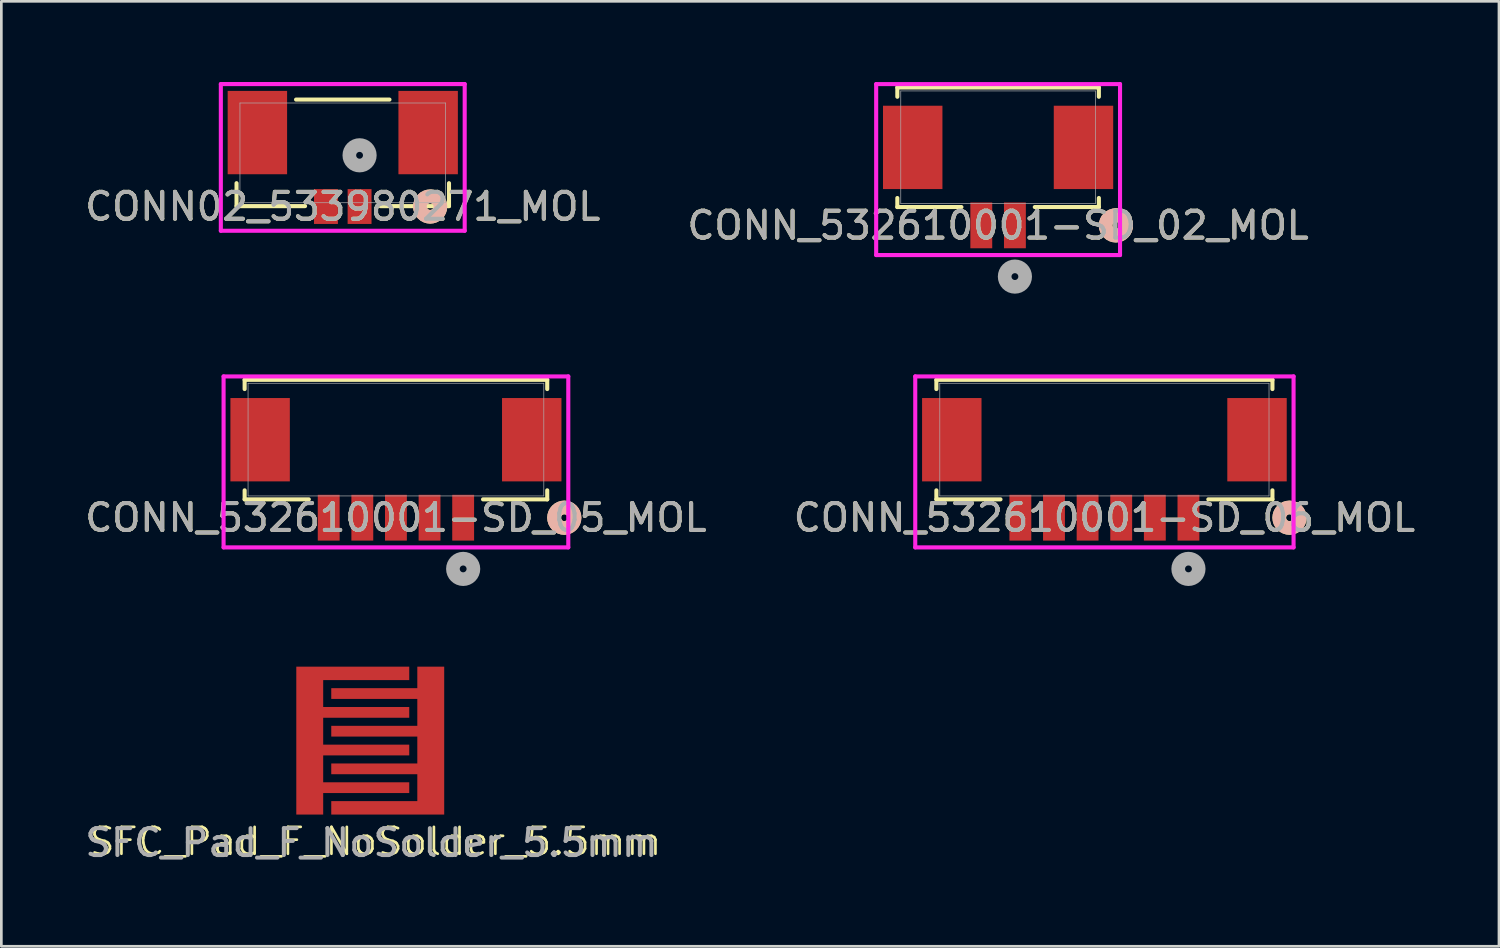
<source format=kicad_pcb>
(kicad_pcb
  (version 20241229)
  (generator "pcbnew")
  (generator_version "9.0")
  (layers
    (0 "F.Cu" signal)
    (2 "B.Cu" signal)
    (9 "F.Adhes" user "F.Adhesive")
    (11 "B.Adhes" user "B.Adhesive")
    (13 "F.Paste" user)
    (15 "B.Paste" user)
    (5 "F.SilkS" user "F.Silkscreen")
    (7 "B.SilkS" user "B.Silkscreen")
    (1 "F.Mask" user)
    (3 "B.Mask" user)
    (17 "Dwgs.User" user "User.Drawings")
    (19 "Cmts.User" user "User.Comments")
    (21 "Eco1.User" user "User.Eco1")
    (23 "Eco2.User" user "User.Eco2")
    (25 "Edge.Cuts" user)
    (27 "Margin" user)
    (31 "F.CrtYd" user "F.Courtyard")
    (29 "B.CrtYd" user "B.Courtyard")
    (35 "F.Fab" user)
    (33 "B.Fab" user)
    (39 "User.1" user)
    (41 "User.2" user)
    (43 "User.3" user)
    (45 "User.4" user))
  (footprint "CONN_532610001-SD_02_MOL"
    (layer "F.Cu")
    (at 34.065 2.426)
    (property "Reference" "CONN_532610001-SD_02_MOL" (at 0 2.905 0) (unlocked yes) (layer "F.SilkS") (effects (font (size 1 1) (thickness 0.15))))
    (attr smd)
    (fp_line (start -3.747 -2.223) (end -3.747 -1.878) (stroke (width 0.152) (type solid)) (layer "F.SilkS"))
    (fp_line (start -3.747 1.887) (end -3.747 2.223) (stroke (width 0.152) (type solid)) (layer "F.SilkS"))
    (fp_line (start -3.747 2.223) (end -1.364 2.223) (stroke (width 0.152) (type solid)) (layer "F.SilkS"))
    (fp_line (start 1.364 2.223) (end 3.747 2.223) (stroke (width 0.152) (type solid)) (layer "F.SilkS"))
    (fp_line (start 3.747 -2.223) (end -3.747 -2.223) (stroke (width 0.152) (type solid)) (layer "F.SilkS"))
    (fp_line (start 3.747 -1.878) (end 3.747 -2.223) (stroke (width 0.152) (type solid)) (layer "F.SilkS"))
    (fp_line (start 3.747 2.223) (end 3.747 1.887) (stroke (width 0.152) (type solid)) (layer "F.SilkS"))
    (fp_circle (center 4.381 2.905) (end 4.763 2.905) (stroke (width 0.508) (type solid)) (fill no) (layer "F.SilkS"))
    (fp_circle (center 4.381 2.905) (end 4.763 2.905) (stroke (width 0.508) (type solid)) (fill no) (layer "B.SilkS"))
    (fp_line (start -4.534 -2.349) (end -4.534 4.009) (stroke (width 0.152) (type solid)) (layer "F.CrtYd"))
    (fp_line (start -4.534 4.009) (end 4.534 4.009) (stroke (width 0.152) (type solid)) (layer "F.CrtYd"))
    (fp_line (start 4.534 -2.349) (end -4.534 -2.349) (stroke (width 0.152) (type solid)) (layer "F.CrtYd"))
    (fp_line (start 4.534 4.009) (end 4.534 -2.349) (stroke (width 0.152) (type solid)) (layer "F.CrtYd"))
    (fp_line (start -3.619 -2.095) (end -3.619 2.095) (stroke (width 0.025) (type solid)) (layer "F.Fab"))
    (fp_line (start -3.619 2.095) (end 3.619 2.095) (stroke (width 0.025) (type solid)) (layer "F.Fab"))
    (fp_line (start 3.619 -2.095) (end -3.619 -2.095) (stroke (width 0.025) (type solid)) (layer "F.Fab"))
    (fp_line (start 3.619 2.095) (end 3.619 -2.095) (stroke (width 0.025) (type solid)) (layer "F.Fab"))
    (fp_circle (center 0.625 4.809) (end 1.006 4.809) (stroke (width 0.508) (type solid)) (fill no) (layer "F.Fab"))
    (fp_text user "${REFERENCE}" (at 0 2.905 0) (unlocked yes) (layer "F.Fab") (effects (font (size 1 1) (thickness 0.15))))
    (pad "1" smd rect (at 0.625 2.905) (size 0.813 1.702) (layers "F.Cu" "F.Mask" "F.Paste"))
    (pad "2" smd rect (at -0.625 2.905) (size 0.813 1.702) (layers "F.Cu" "F.Mask" "F.Paste"))
    (pad "3" smd rect (at -3.175 0.005) (size 2.21 3.099) (layers "F.Cu" "F.Mask" "F.Paste"))
    (pad "4" smd rect (at 3.175 0.005) (size 2.21 3.099) (layers "F.Cu" "F.Mask" "F.Paste")))
  (footprint "CONN_532610001-SD_06_MOL"
    (layer "F.Cu")
    (at 38.018 13.296)
    (property "Reference" "CONN_532610001-SD_06_MOL" (at 0 2.905 0) (unlocked yes) (layer "F.SilkS") (effects (font (size 1 1) (thickness 0.15))))
    (attr smd)
    (fp_line (start -6.248 -2.223) (end -6.248 -1.878) (stroke (width 0.152) (type solid)) (layer "F.SilkS"))
    (fp_line (start -6.248 1.887) (end -6.248 2.223) (stroke (width 0.152) (type solid)) (layer "F.SilkS"))
    (fp_line (start -6.248 2.223) (end -3.864 2.223) (stroke (width 0.152) (type solid)) (layer "F.SilkS"))
    (fp_line (start 3.864 2.223) (end 6.248 2.223) (stroke (width 0.152) (type solid)) (layer "F.SilkS"))
    (fp_line (start 6.248 -2.223) (end -6.248 -2.223) (stroke (width 0.152) (type solid)) (layer "F.SilkS"))
    (fp_line (start 6.248 -1.878) (end 6.248 -2.223) (stroke (width 0.152) (type solid)) (layer "F.SilkS"))
    (fp_line (start 6.248 2.223) (end 6.248 1.887) (stroke (width 0.152) (type solid)) (layer "F.SilkS"))
    (fp_circle (center 6.883 2.905) (end 7.264 2.905) (stroke (width 0.508) (type solid)) (fill no) (layer "F.SilkS"))
    (fp_circle (center 6.883 2.905) (end 7.264 2.905) (stroke (width 0.508) (type solid)) (fill no) (layer "B.SilkS"))
    (fp_line (start -7.034 -2.349) (end -7.034 4.009) (stroke (width 0.152) (type solid)) (layer "F.CrtYd"))
    (fp_line (start -7.034 4.009) (end 7.034 4.009) (stroke (width 0.152) (type solid)) (layer "F.CrtYd"))
    (fp_line (start 7.034 -2.349) (end -7.034 -2.349) (stroke (width 0.152) (type solid)) (layer "F.CrtYd"))
    (fp_line (start 7.034 4.009) (end 7.034 -2.349) (stroke (width 0.152) (type solid)) (layer "F.CrtYd"))
    (fp_line (start -6.121 -2.095) (end -6.121 2.095) (stroke (width 0.025) (type solid)) (layer "F.Fab"))
    (fp_line (start -6.121 2.095) (end 6.121 2.095) (stroke (width 0.025) (type solid)) (layer "F.Fab"))
    (fp_line (start 6.121 -2.095) (end -6.121 -2.095) (stroke (width 0.025) (type solid)) (layer "F.Fab"))
    (fp_line (start 6.121 2.095) (end 6.121 -2.095) (stroke (width 0.025) (type solid)) (layer "F.Fab"))
    (fp_circle (center 3.125 4.809) (end 3.506 4.809) (stroke (width 0.508) (type solid)) (fill no) (layer "F.Fab"))
    (fp_text user "${REFERENCE}" (at 0 2.905 0) (unlocked yes) (layer "F.Fab") (effects (font (size 1 1) (thickness 0.15))))
    (pad "1" smd rect (at 3.125 2.905) (size 0.813 1.702) (layers "F.Cu" "F.Mask" "F.Paste"))
    (pad "2" smd rect (at 1.875 2.905) (size 0.813 1.702) (layers "F.Cu" "F.Mask" "F.Paste"))
    (pad "3" smd rect (at 0.625 2.905) (size 0.813 1.702) (layers "F.Cu" "F.Mask" "F.Paste"))
    (pad "4" smd rect (at -0.625 2.905) (size 0.813 1.702) (layers "F.Cu" "F.Mask" "F.Paste"))
    (pad "5" smd rect (at -1.875 2.905) (size 0.813 1.702) (layers "F.Cu" "F.Mask" "F.Paste"))
    (pad "6" smd rect (at -3.125 2.905) (size 0.813 1.702) (layers "F.Cu" "F.Mask" "F.Paste"))
    (pad "7" smd rect (at -5.675 0.005) (size 2.21 3.099) (layers "F.Cu" "F.Mask" "F.Paste"))
    (pad "8" smd rect (at 5.675 0.005) (size 2.21 3.099) (layers "F.Cu" "F.Mask" "F.Paste")))
  (footprint "CONN02_533980271_MOL"
    (layer "F.Cu")
    (at 9.696 2.634)
    (property "Reference" "CONN02_533980271_MOL" (at 0 1.996 0) (unlocked yes) (layer "F.SilkS") (effects (font (size 1 1) (thickness 0.15))))
    (attr smd)
    (fp_line (start -3.95 1.128) (end -3.95 1.981) (stroke (width 0.152) (type solid)) (layer "F.SilkS"))
    (fp_line (start -3.95 1.981) (end -1.402 1.981) (stroke (width 0.152) (type solid)) (layer "F.SilkS"))
    (fp_line (start 1.402 1.981) (end 3.95 1.981) (stroke (width 0.152) (type solid)) (layer "F.SilkS"))
    (fp_line (start 1.737 -1.981) (end -1.737 -1.981) (stroke (width 0.152) (type solid)) (layer "F.SilkS"))
    (fp_line (start 3.95 1.981) (end 3.95 1.128) (stroke (width 0.152) (type solid)) (layer "F.SilkS"))
    (fp_circle (center 3.25 1.996) (end 3.631 1.996) (stroke (width 0.508) (type solid)) (fill no) (layer "F.SilkS"))
    (fp_circle (center 3.25 1.996) (end 3.631 1.996) (stroke (width 0.508) (type solid)) (fill no) (layer "B.SilkS"))
    (fp_line (start -4.534 -2.558) (end -4.534 2.897) (stroke (width 0.152) (type solid)) (layer "F.CrtYd"))
    (fp_line (start -4.534 2.897) (end 4.534 2.897) (stroke (width 0.152) (type solid)) (layer "F.CrtYd"))
    (fp_line (start 4.534 -2.558) (end -4.534 -2.558) (stroke (width 0.152) (type solid)) (layer "F.CrtYd"))
    (fp_line (start 4.534 2.897) (end 4.534 -2.558) (stroke (width 0.152) (type solid)) (layer "F.CrtYd"))
    (fp_line (start -3.823 -1.854) (end -3.823 1.854) (stroke (width 0.025) (type solid)) (layer "F.Fab"))
    (fp_line (start -3.823 1.854) (end 3.823 1.854) (stroke (width 0.025) (type solid)) (layer "F.Fab"))
    (fp_line (start 3.823 -1.854) (end -3.823 -1.854) (stroke (width 0.025) (type solid)) (layer "F.Fab"))
    (fp_line (start 3.823 1.854) (end 3.823 -1.854) (stroke (width 0.025) (type solid)) (layer "F.Fab"))
    (fp_circle (center 0.625 0.091) (end 1.006 0.091) (stroke (width 0.508) (type solid)) (fill no) (layer "F.Fab"))
    (fp_text user "${REFERENCE}" (at 0 1.996 0) (unlocked yes) (layer "F.Fab") (effects (font (size 1 1) (thickness 0.15))))
    (pad "1" smd rect (at 0.625 1.996) (size 0.889 1.295) (layers "F.Cu" "F.Mask" "F.Paste"))
    (pad "2" smd rect (at -0.625 1.996) (size 0.889 1.295) (layers "F.Cu" "F.Mask" "F.Paste"))
    (pad "3" smd rect (at -3.175 -0.754) (size 2.21 3.099) (layers "F.Cu" "F.Mask" "F.Paste"))
    (pad "4" smd rect (at 3.175 -0.754) (size 2.21 3.099) (layers "F.Cu" "F.Mask" "F.Paste")))
  (footprint "SFC_Pad_F_NoSolder_5.5mm"
    (layer "F.Cu")
    (at 10.718 24.49)
    (property "Reference" "SFC_Pad_F_NoSolder_5.5mm" (at 0.2 3.75 0) (unlocked yes) (layer "F.SilkS") (effects (font (size 1 1) (thickness 0.1))))
    (attr smd)
    (fp_text user "${REFERENCE}" (at 0.05 3.8 0) (unlocked yes) (layer "F.Fab") (effects (font (size 1 1) (thickness 0.15))))
    (pad "1" smd custom (at 2.45 0.05) (size 0.4 0.762) (layers "F.Cu" "F.Mask" "F.Paste") (options (anchor rect)) (primitives (gr_poly (pts (xy 0.3 2.7) (xy -3.9 2.7) (xy -3.9 2.2) (xy -0.7 2.2) (xy -0.7 1.2) (xy -3.9 1.2) (xy -3.9 0.8) (xy -0.7 0.8) (xy -0.7 -0.2) (xy -3.9 -0.2) (xy -3.9 -0.6) (xy -0.7 -0.6) (xy -0.7 -1.6) (xy -3.9 -1.6) (xy -3.9 -2) (xy -0.7 -2) (xy -0.7 -2.8) (xy 0.3 -2.8)) (width 0) (fill yes))))
    (pad "2" smd custom (at -2.45 -0.05) (size 0.4 0.762) (layers "F.Cu" "F.Mask" "F.Paste") (options (anchor rect)) (primitives (gr_poly (pts (xy -0.3 -2.7) (xy 3.9 -2.7) (xy 3.9 -2.2) (xy 0.7 -2.2) (xy 0.7 -1.2) (xy 3.9 -1.2) (xy 3.9 -0.8) (xy 0.7 -0.8) (xy 0.7 0.2) (xy 3.9 0.2) (xy 3.9 0.6) (xy 0.7 0.6) (xy 0.7 1.6) (xy 3.9 1.6) (xy 3.9 2) (xy 0.7 2) (xy 0.7 2.8) (xy -0.3 2.8)) (width 0) (fill yes)))))
  (footprint "CONN_532610001-SD_05_MOL"
    (layer "F.Cu")
    (at 11.673 13.296)
    (property "Reference" "CONN_532610001-SD_05_MOL" (at 0 2.905 0) (unlocked yes) (layer "F.SilkS") (effects (font (size 1 1) (thickness 0.15))))
    (attr smd)
    (fp_line (start -5.626 -2.223) (end -5.626 -1.878) (stroke (width 0.152) (type solid)) (layer "F.SilkS"))
    (fp_line (start -5.626 1.887) (end -5.626 2.223) (stroke (width 0.152) (type solid)) (layer "F.SilkS"))
    (fp_line (start -5.626 2.223) (end -3.239 2.223) (stroke (width 0.152) (type solid)) (layer "F.SilkS"))
    (fp_line (start 3.239 2.223) (end 5.626 2.223) (stroke (width 0.152) (type solid)) (layer "F.SilkS"))
    (fp_line (start 5.626 -2.223) (end -5.626 -2.223) (stroke (width 0.152) (type solid)) (layer "F.SilkS"))
    (fp_line (start 5.626 -1.878) (end 5.626 -2.223) (stroke (width 0.152) (type solid)) (layer "F.SilkS"))
    (fp_line (start 5.626 2.223) (end 5.626 1.887) (stroke (width 0.152) (type solid)) (layer "F.SilkS"))
    (fp_circle (center 6.261 2.905) (end 6.642 2.905) (stroke (width 0.508) (type solid)) (fill no) (layer "F.SilkS"))
    (fp_circle (center 6.261 2.905) (end 6.642 2.905) (stroke (width 0.508) (type solid)) (fill no) (layer "B.SilkS"))
    (fp_line (start -6.409 -2.349) (end -6.409 4.009) (stroke (width 0.152) (type solid)) (layer "F.CrtYd"))
    (fp_line (start -6.409 4.009) (end 6.409 4.009) (stroke (width 0.152) (type solid)) (layer "F.CrtYd"))
    (fp_line (start 6.409 -2.349) (end -6.409 -2.349) (stroke (width 0.152) (type solid)) (layer "F.CrtYd"))
    (fp_line (start 6.409 4.009) (end 6.409 -2.349) (stroke (width 0.152) (type solid)) (layer "F.CrtYd"))
    (fp_line (start -5.499 -2.095) (end -5.499 2.095) (stroke (width 0.025) (type solid)) (layer "F.Fab"))
    (fp_line (start -5.499 2.095) (end 5.499 2.095) (stroke (width 0.025) (type solid)) (layer "F.Fab"))
    (fp_line (start 5.499 -2.095) (end -5.499 -2.095) (stroke (width 0.025) (type solid)) (layer "F.Fab"))
    (fp_line (start 5.499 2.095) (end 5.499 -2.095) (stroke (width 0.025) (type solid)) (layer "F.Fab"))
    (fp_circle (center 2.5 4.809) (end 2.881 4.809) (stroke (width 0.508) (type solid)) (fill no) (layer "F.Fab"))
    (fp_text user "${REFERENCE}" (at 0 2.905 0) (unlocked yes) (layer "F.Fab") (effects (font (size 1 1) (thickness 0.15))))
    (pad "1" smd rect (at 2.5 2.905) (size 0.813 1.702) (layers "F.Cu" "F.Mask" "F.Paste"))
    (pad "2" smd rect (at 1.25 2.905) (size 0.813 1.702) (layers "F.Cu" "F.Mask" "F.Paste"))
    (pad "3" smd rect (at 0 2.905) (size 0.813 1.702) (layers "F.Cu" "F.Mask" "F.Paste"))
    (pad "4" smd rect (at -1.25 2.905) (size 0.813 1.702) (layers "F.Cu" "F.Mask" "F.Paste"))
    (pad "5" smd rect (at -2.5 2.905) (size 0.813 1.702) (layers "F.Cu" "F.Mask" "F.Paste"))
    (pad "6" smd rect (at -5.05 0.005) (size 2.21 3.099) (layers "F.Cu" "F.Mask" "F.Paste"))
    (pad "7" smd rect (at 5.05 0.005) (size 2.21 3.099) (layers "F.Cu" "F.Mask" "F.Paste")))
  (gr_rect
    (start -3 -3)
    (end 52.69 32.139)
    (stroke (width 0.1) (type default))
    (fill no)
    (layer "Edge.Cuts")))
</source>
